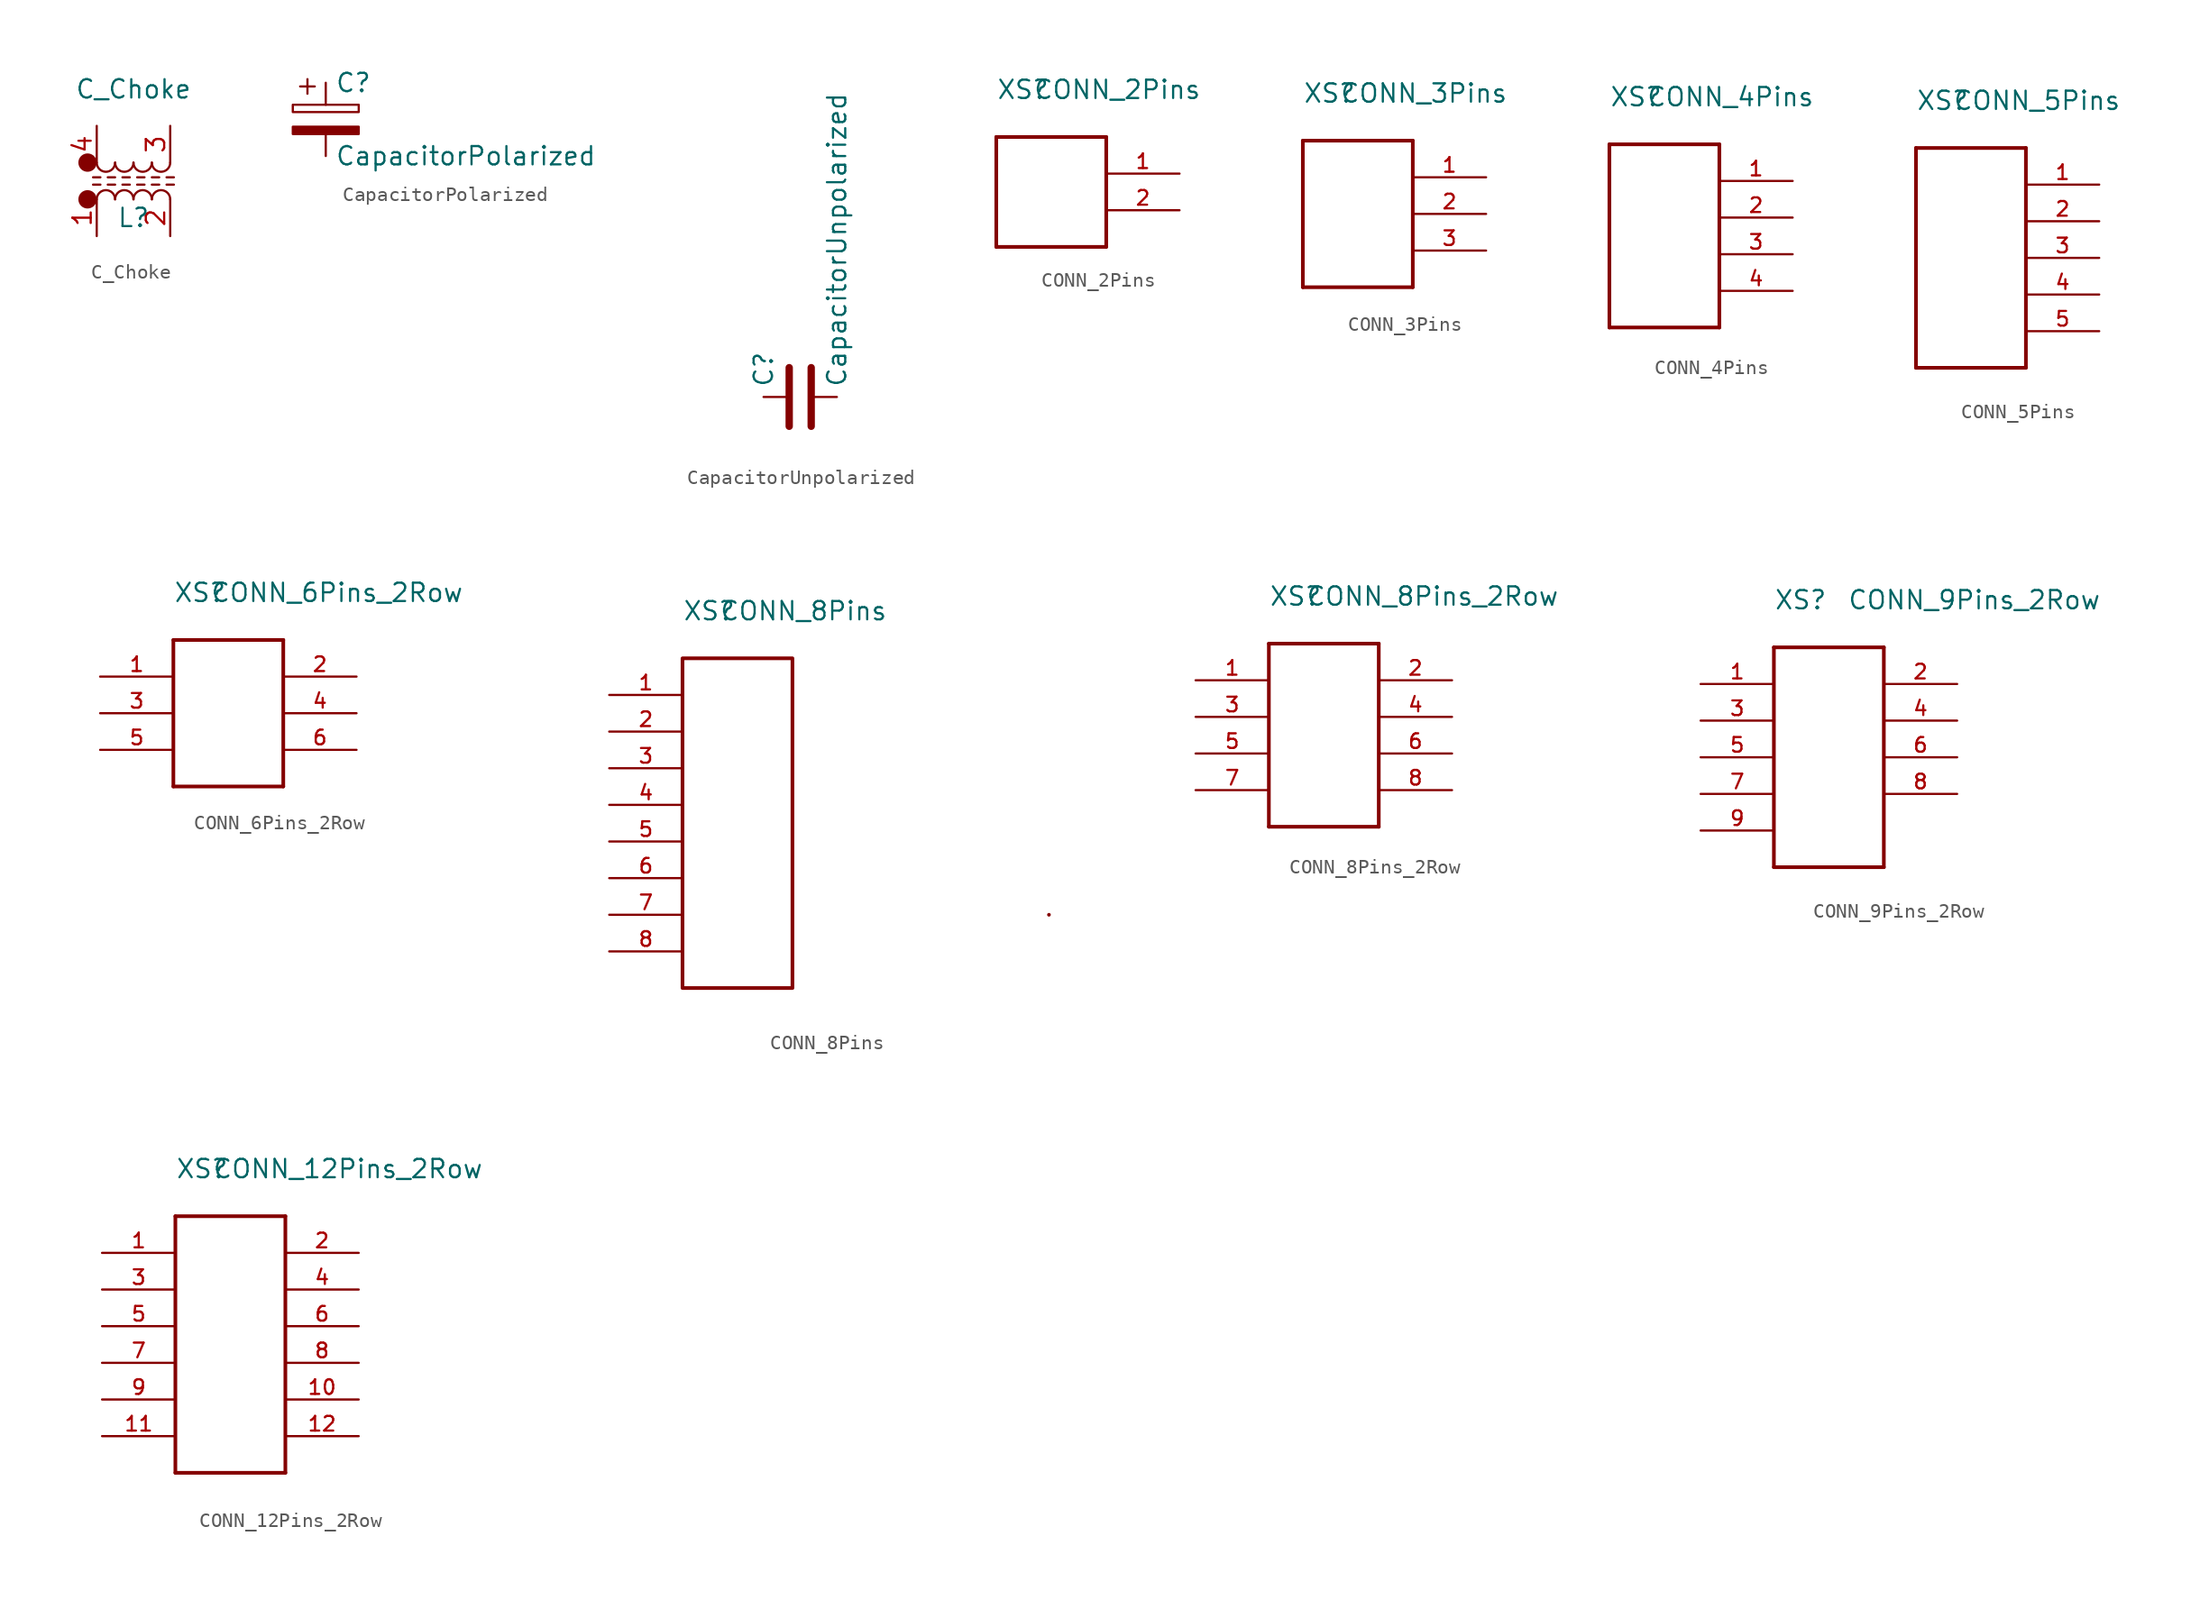
<source format=kicad_sym>
(kicad_symbol_lib
  (version 20220914)
  (generator kicad_symbol_editor)
  (symbol "C_Choke"
    (pin_names
      (offset 1.016) hide)
    (property "Reference" "L"
      (at 0 -1.27 0)
      (effects (font (size 1.27 1.27))))
    (property "Value" "C_Choke"
      (at 0 7.62 0)
      (effects (font (size 1.27 1.27))))
    (symbol "C_Choke_0_1"
      (arc (start -1.27 0) (mid -1.905 0.6323) (end -2.54 0) (stroke (width 0) (type solid)) (fill (type none)))
      (arc (start 0 0) (mid -0.635 0.6323) (end -1.27 0) (stroke (width 0) (type solid)) (fill (type none)))
      (polyline (pts (xy -2.794 1.524) (xy -2.286 1.524)) (stroke (width 0) (type solid)) (fill (type none)))
      (polyline (pts (xy -2.286 1.016) (xy -2.794 1.016)) (stroke (width 0) (type solid)) (fill (type none)))
      (polyline (pts (xy -1.778 1.524) (xy -1.27 1.524)) (stroke (width 0) (type solid)) (fill (type none)))
      (polyline (pts (xy -1.27 1.016) (xy -1.778 1.016)) (stroke (width 0) (type solid)) (fill (type none)))
      (polyline (pts (xy -0.762 1.524) (xy -0.254 1.524)) (stroke (width 0) (type solid)) (fill (type none)))
      (polyline (pts (xy -0.254 1.016) (xy -0.762 1.016)) (stroke (width 0) (type solid)) (fill (type none)))
      (polyline (pts (xy 0.254 1.524) (xy 0.762 1.524)) (stroke (width 0) (type solid)) (fill (type none)))
      (polyline (pts (xy 0.762 1.016) (xy 0.254 1.016)) (stroke (width 0) (type solid)) (fill (type none)))
      (polyline (pts (xy 1.27 1.524) (xy 1.778 1.524)) (stroke (width 0) (type solid)) (fill (type none)))
      (polyline (pts (xy 1.778 1.016) (xy 1.27 1.016)) (stroke (width 0) (type solid)) (fill (type none)))
      (polyline (pts (xy 2.286 1.524) (xy 2.794 1.524)) (stroke (width 0) (type solid)) (fill (type none)))
      (polyline (pts (xy 2.794 1.016) (xy 2.286 1.016)) (stroke (width 0) (type solid)) (fill (type none)))
      (arc (start 1.27 0) (mid 0.635 0.6323) (end 0 0) (stroke (width 0) (type solid)) (fill (type none)))
      (arc (start 2.54 0) (mid 1.905 0.6323) (end 1.27 0) (stroke (width 0) (type solid)) (fill (type none))))
    (symbol "C_Choke_1_1"
      (circle (center -3.175 0) (radius 0.0001) (stroke (width 0.635) (type solid)) (fill (type none)))
      (circle (center -3.175 2.54) (radius 0.0001) (stroke (width 0.635) (type solid)) (fill (type none)))
      (arc (start -2.54 2.54) (mid -1.905 1.9077) (end -1.27 2.54) (stroke (width 0) (type solid)) (fill (type none)))
      (arc (start -1.27 2.54) (mid -0.635 1.9077) (end 0 2.54) (stroke (width 0) (type solid)) (fill (type none)))
      (arc (start 0 2.54) (mid 0.635 1.9077) (end 1.27 2.54) (stroke (width 0) (type solid)) (fill (type none)))
      (arc (start 1.27 2.54) (mid 1.905 1.9077) (end 2.54 2.54) (stroke (width 0) (type solid)) (fill (type none)))
      (pin passive line (at -2.54 -2.54 90) (length 2.54) (name "1" (effects (font (size 1.27 1.27)))) (number "1" (effects (font (size 1.27 1.27)))))
      (pin passive line (at 2.54 -2.54 90) (length 2.54) (name "2" (effects (font (size 1.27 1.27)))) (number "2" (effects (font (size 1.27 1.27)))))
      (pin passive line (at 2.54 5.08 270) (length 2.54) (name "3" (effects (font (size 1.27 1.27)))) (number "3" (effects (font (size 1.27 1.27)))))
      (pin passive line (at -2.54 5.08 270) (length 2.54) (name "4" (effects (font (size 1.27 1.27)))) (number "4" (effects (font (size 1.27 1.27)))))))
  (symbol "CapacitorPolarized"
    (pin_numbers hide)
    (pin_names
      (offset 0.254))
    (property "Reference" "C"
      (at 0.635 2.54 0)
      (effects (font (size 1.27 1.27)) (justify left)))
    (property "Value" "CapacitorPolarized"
      (at 0.635 -2.54 0)
      (effects (font (size 1.27 1.27)) (justify left)))
    (symbol "CapacitorPolarized_0_1"
      (rectangle (start -2.286 0.508) (end 2.286 1.016) (stroke (width 0) (type solid)) (fill (type none)))
      (polyline (pts (xy -1.778 2.286) (xy -0.762 2.286)) (stroke (width 0) (type solid)) (fill (type none)))
      (polyline (pts (xy -1.27 2.794) (xy -1.27 1.778)) (stroke (width 0) (type solid)) (fill (type none)))
      (rectangle (start 2.286 -0.508) (end -2.286 -1.016) (stroke (width 0) (type solid)) (fill (type outline))))
    (symbol "CapacitorPolarized_1_1"
      (pin passive line (at 0 2.54 270) (length 1.524) (name "~" (effects (font (size 1.27 1.27)))) (number "1" (effects (font (size 1.27 1.27)))))
      (pin passive line (at 0 -2.54 90) (length 1.524) (name "~" (effects (font (size 1.27 1.27)))) (number "2" (effects (font (size 1.27 1.27)))))))
  (symbol "CapacitorUnpolarized"
    (pin_numbers hide)
    (pin_names
      (offset 0.254))
    (property "Reference" "C"
      (at -2.54 0.635 90)
      (effects (font (size 1.27 1.27)) (justify left)))
    (property "Value" "CapacitorUnpolarized"
      (at 2.54 0.635 90)
      (effects (font (size 1.27 1.27)) (justify left)))
    (symbol "CapacitorUnpolarized_0_1"
      (polyline (pts (xy -0.762 -2.032) (xy -0.762 2.032)) (stroke (width 0.508) (type solid)) (fill (type none)))
      (polyline (pts (xy 0.762 -2.032) (xy 0.762 2.032)) (stroke (width 0.508) (type solid)) (fill (type none))))
    (symbol "CapacitorUnpolarized_1_1"
      (pin passive line (at -2.54 0 0) (length 1.524) (name "~" (effects (font (size 1.27 1.27)))) (number "1" (effects (font (size 1.27 1.27)))))
      (pin passive line (at 2.54 0 180) (length 1.524) (name "~" (effects (font (size 1.27 1.27)))) (number "2" (effects (font (size 1.27 1.27)))))))
  (symbol "CONN_2Pins"
    (pin_names
      (offset 1.016))
    (property "Reference" "XS"
      (at 0 2.54 0)
      (effects (font (size 1.27 1.27)) (justify left bottom)))
    (property "Value" "CONN_2Pins"
      (at 2.54 2.54 0)
      (effects (font (size 1.27 1.27)) (justify left bottom)))
    (symbol "CONN_2Pins_1_0"
      (polyline (pts (xy 0 -7.62) (xy 0 0)) (stroke (width 0.254) (type solid)) (fill (type none)))
      (polyline (pts (xy 0 0) (xy 7.62 0)) (stroke (width 0.254) (type solid)) (fill (type none)))
      (polyline (pts (xy 7.62 -7.62) (xy 0 -7.62)) (stroke (width 0.254) (type solid)) (fill (type none)))
      (polyline (pts (xy 7.62 0) (xy 7.62 -7.62)) (stroke (width 0.254) (type solid)) (fill (type none))))
    (symbol "CONN_2Pins_1_1"
      (pin passive line (at 12.7 -2.54 180) (length 5.08) (name "~" (effects (font (size 1.016 1.016)))) (number "1" (effects (font (size 1.016 1.016)))))
      (pin passive line (at 12.7 -5.08 180) (length 5.08) (name "~" (effects (font (size 1.016 1.016)))) (number "2" (effects (font (size 1.016 1.016)))))))
  (symbol "CONN_3Pins"
    (pin_names
      (offset 1.016))
    (property "Reference" "XS"
      (at 0 2.54 0)
      (effects (font (size 1.27 1.27)) (justify left bottom)))
    (property "Value" "CONN_3Pins"
      (at 2.54 2.54 0)
      (effects (font (size 1.27 1.27)) (justify left bottom)))
    (symbol "CONN_3Pins_1_0"
      (polyline (pts (xy 0 -10.16) (xy 0 0)) (stroke (width 0.254) (type solid)) (fill (type none)))
      (polyline (pts (xy 0 0) (xy 7.62 0)) (stroke (width 0.254) (type solid)) (fill (type none)))
      (polyline (pts (xy 7.62 -10.16) (xy 0 -10.16)) (stroke (width 0.254) (type solid)) (fill (type none)))
      (polyline (pts (xy 7.62 0) (xy 7.62 -10.16)) (stroke (width 0.254) (type solid)) (fill (type none))))
    (symbol "CONN_3Pins_1_1"
      (pin passive line (at 12.7 -2.54 180) (length 5.08) (name "~" (effects (font (size 1.016 1.016)))) (number "1" (effects (font (size 1.016 1.016)))))
      (pin passive line (at 12.7 -5.08 180) (length 5.08) (name "~" (effects (font (size 1.016 1.016)))) (number "2" (effects (font (size 1.016 1.016)))))
      (pin passive line (at 12.7 -7.62 180) (length 5.08) (name "~" (effects (font (size 1.016 1.016)))) (number "3" (effects (font (size 1.016 1.016)))))))
  (symbol "CONN_4Pins"
    (pin_names
      (offset 1.016))
    (property "Reference" "XS"
      (at 0 2.54 0)
      (effects (font (size 1.27 1.27)) (justify left bottom)))
    (property "Value" "CONN_4Pins"
      (at 2.54 2.54 0)
      (effects (font (size 1.27 1.27)) (justify left bottom)))
    (symbol "CONN_4Pins_1_0"
      (polyline (pts (xy 0 -12.7) (xy 0 0)) (stroke (width 0.254) (type solid)) (fill (type none)))
      (polyline (pts (xy 0 0) (xy 7.62 0)) (stroke (width 0.254) (type solid)) (fill (type none)))
      (polyline (pts (xy 7.62 -12.7) (xy 0 -12.7)) (stroke (width 0.254) (type solid)) (fill (type none)))
      (polyline (pts (xy 7.62 0) (xy 7.62 -12.7)) (stroke (width 0.254) (type solid)) (fill (type none))))
    (symbol "CONN_4Pins_1_1"
      (pin passive line (at 12.7 -2.54 180) (length 5.08) (name "~" (effects (font (size 1.016 1.016)))) (number "1" (effects (font (size 1.016 1.016)))))
      (pin passive line (at 12.7 -5.08 180) (length 5.08) (name "~" (effects (font (size 1.016 1.016)))) (number "2" (effects (font (size 1.016 1.016)))))
      (pin passive line (at 12.7 -7.62 180) (length 5.08) (name "~" (effects (font (size 1.016 1.016)))) (number "3" (effects (font (size 1.016 1.016)))))
      (pin passive line (at 12.7 -10.16 180) (length 5.08) (name "~" (effects (font (size 1.016 1.016)))) (number "4" (effects (font (size 1.016 1.016)))))))
  (symbol "CONN_5Pins"
    (pin_names
      (offset 1.016))
    (property "Reference" "XS"
      (at 0 2.54 0)
      (effects (font (size 1.27 1.27)) (justify left bottom)))
    (property "Value" "CONN_5Pins"
      (at 2.54 2.54 0)
      (effects (font (size 1.27 1.27)) (justify left bottom)))
    (symbol "CONN_5Pins_1_0"
      (polyline (pts (xy 0 -15.24) (xy 0 0)) (stroke (width 0.254) (type solid)) (fill (type none)))
      (polyline (pts (xy 0 0) (xy 7.62 0)) (stroke (width 0.254) (type solid)) (fill (type none)))
      (polyline (pts (xy 7.62 -15.24) (xy 0 -15.24)) (stroke (width 0.254) (type solid)) (fill (type none)))
      (polyline (pts (xy 7.62 0) (xy 7.62 -15.24)) (stroke (width 0.254) (type solid)) (fill (type none))))
    (symbol "CONN_5Pins_1_1"
      (pin passive line (at 12.7 -2.54 180) (length 5.08) (name "~" (effects (font (size 1.016 1.016)))) (number "1" (effects (font (size 1.016 1.016)))))
      (pin passive line (at 12.7 -5.08 180) (length 5.08) (name "~" (effects (font (size 1.016 1.016)))) (number "2" (effects (font (size 1.016 1.016)))))
      (pin passive line (at 12.7 -7.62 180) (length 5.08) (name "~" (effects (font (size 1.016 1.016)))) (number "3" (effects (font (size 1.016 1.016)))))
      (pin passive line (at 12.7 -10.16 180) (length 5.08) (name "~" (effects (font (size 1.016 1.016)))) (number "4" (effects (font (size 1.016 1.016)))))
      (pin passive line (at 12.7 -12.7 180) (length 5.08) (name "~" (effects (font (size 1.016 1.016)))) (number "5" (effects (font (size 1.016 1.016)))))))
  (symbol "CONN_6Pins_2Row"
    (pin_names
      (offset 1.016))
    (property "Reference" "XS"
      (at 0 2.54 0)
      (effects (font (size 1.27 1.27)) (justify left bottom)))
    (property "Value" "CONN_6Pins_2Row"
      (at 2.54 2.54 0)
      (effects (font (size 1.27 1.27)) (justify left bottom)))
    (symbol "CONN_6Pins_2Row_1_0"
      (polyline (pts (xy 0 -10.16) (xy 0 0)) (stroke (width 0.254) (type solid)) (fill (type none)))
      (polyline (pts (xy 0 0) (xy 7.62 0)) (stroke (width 0.254) (type solid)) (fill (type none)))
      (polyline (pts (xy 7.62 -10.16) (xy 0 -10.16)) (stroke (width 0.254) (type solid)) (fill (type none)))
      (polyline (pts (xy 7.62 0) (xy 7.62 -10.16)) (stroke (width 0.254) (type solid)) (fill (type none))))
    (symbol "CONN_6Pins_2Row_1_1"
      (pin passive line (at -5.08 -2.54 0) (length 5.08) (name "~" (effects (font (size 1.016 1.016)))) (number "1" (effects (font (size 1.016 1.016)))))
      (pin passive line (at 12.7 -2.54 180) (length 5.08) (name "~" (effects (font (size 1.016 1.016)))) (number "2" (effects (font (size 1.016 1.016)))))
      (pin passive line (at -5.08 -5.08 0) (length 5.08) (name "~" (effects (font (size 1.016 1.016)))) (number "3" (effects (font (size 1.016 1.016)))))
      (pin passive line (at 12.7 -5.08 180) (length 5.08) (name "~" (effects (font (size 1.016 1.016)))) (number "4" (effects (font (size 1.016 1.016)))))
      (pin passive line (at -5.08 -7.62 0) (length 5.08) (name "~" (effects (font (size 1.016 1.016)))) (number "5" (effects (font (size 1.016 1.016)))))
      (pin passive line (at 12.7 -7.62 180) (length 5.08) (name "~" (effects (font (size 1.016 1.016)))) (number "6" (effects (font (size 1.016 1.016)))))))
  (symbol "CONN_8Pins"
    (pin_names
      (offset 1.016))
    (property "Reference" "XS"
      (at 0 2.54 0)
      (effects (font (size 1.27 1.27)) (justify left bottom)))
    (property "Value" "CONN_8Pins"
      (at 2.54 2.54 0)
      (effects (font (size 1.27 1.27)) (justify left bottom)))
    (symbol "CONN_8Pins_1_0"
      (rectangle (start 0 0) (end 7.62 -22.86) (stroke (width 0.254) (type solid)) (fill (type none)))
      (rectangle (start 25.4 -17.78) (end 25.4 -17.78) (stroke (width 0.254) (type solid)) (fill (type none))))
    (symbol "CONN_8Pins_1_1"
      (pin passive line (at -5.08 -2.54 0) (length 5.08) (name "~" (effects (font (size 1.016 1.016)))) (number "1" (effects (font (size 1.016 1.016)))))
      (pin passive line (at -5.08 -5.08 0) (length 5.08) (name "~" (effects (font (size 1.016 1.016)))) (number "2" (effects (font (size 1.016 1.016)))))
      (pin passive line (at -5.08 -7.62 0) (length 5.08) (name "~" (effects (font (size 1.016 1.016)))) (number "3" (effects (font (size 1.016 1.016)))))
      (pin passive line (at -5.08 -10.16 0) (length 5.08) (name "~" (effects (font (size 1.016 1.016)))) (number "4" (effects (font (size 1.016 1.016)))))
      (pin passive line (at -5.08 -12.7 0) (length 5.08) (name "~" (effects (font (size 1.016 1.016)))) (number "5" (effects (font (size 1.016 1.016)))))
      (pin passive line (at -5.08 -15.24 0) (length 5.08) (name "~" (effects (font (size 1.016 1.016)))) (number "6" (effects (font (size 1.016 1.016)))))
      (pin passive line (at -5.08 -17.78 0) (length 5.08) (name "~" (effects (font (size 1.016 1.016)))) (number "7" (effects (font (size 1.016 1.016)))))
      (pin passive line (at -5.08 -20.32 0) (length 5.08) (name "~" (effects (font (size 1.016 1.016)))) (number "8" (effects (font (size 1.016 1.016)))))))
  (symbol "CONN_8Pins_2Row"
    (pin_names
      (offset 1.016))
    (property "Reference" "XS"
      (at 0 2.54 0)
      (effects (font (size 1.27 1.27)) (justify left bottom)))
    (property "Value" "CONN_8Pins_2Row"
      (at 2.54 2.54 0)
      (effects (font (size 1.27 1.27)) (justify left bottom)))
    (symbol "CONN_8Pins_2Row_1_0"
      (polyline (pts (xy 0 -12.7) (xy 0 0)) (stroke (width 0.254) (type solid)) (fill (type none)))
      (polyline (pts (xy 0 0) (xy 7.62 0)) (stroke (width 0.254) (type solid)) (fill (type none)))
      (polyline (pts (xy 7.62 -12.7) (xy 0 -12.7)) (stroke (width 0.254) (type solid)) (fill (type none)))
      (polyline (pts (xy 7.62 0) (xy 7.62 -12.7)) (stroke (width 0.254) (type solid)) (fill (type none))))
    (symbol "CONN_8Pins_2Row_1_1"
      (pin passive line (at -5.08 -2.54 0) (length 5.08) (name "~" (effects (font (size 1.016 1.016)))) (number "1" (effects (font (size 1.016 1.016)))))
      (pin passive line (at 12.7 -2.54 180) (length 5.08) (name "~" (effects (font (size 1.016 1.016)))) (number "2" (effects (font (size 1.016 1.016)))))
      (pin passive line (at -5.08 -5.08 0) (length 5.08) (name "~" (effects (font (size 1.016 1.016)))) (number "3" (effects (font (size 1.016 1.016)))))
      (pin passive line (at 12.7 -5.08 180) (length 5.08) (name "~" (effects (font (size 1.016 1.016)))) (number "4" (effects (font (size 1.016 1.016)))))
      (pin passive line (at -5.08 -7.62 0) (length 5.08) (name "~" (effects (font (size 1.016 1.016)))) (number "5" (effects (font (size 1.016 1.016)))))
      (pin passive line (at 12.7 -7.62 180) (length 5.08) (name "~" (effects (font (size 1.016 1.016)))) (number "6" (effects (font (size 1.016 1.016)))))
      (pin passive line (at -5.08 -10.16 0) (length 5.08) (name "~" (effects (font (size 1.016 1.016)))) (number "7" (effects (font (size 1.016 1.016)))))
      (pin passive line (at 12.7 -10.16 180) (length 5.08) (name "~" (effects (font (size 1.016 1.016)))) (number "8" (effects (font (size 1.016 1.016)))))))
  (symbol "CONN_9Pins_2Row"
    (pin_names
      (offset 1.016))
    (property "Reference" "XS"
      (at 0 2.54 0)
      (effects (font (size 1.27 1.27)) (justify left bottom)))
    (property "Value" "CONN_9Pins_2Row"
      (at 5.08 2.54 0)
      (effects (font (size 1.27 1.27)) (justify left bottom)))
    (symbol "CONN_9Pins_2Row_1_0"
      (polyline (pts (xy 0 -15.24) (xy 0 0)) (stroke (width 0.254) (type solid)) (fill (type none)))
      (polyline (pts (xy 0 0) (xy 7.62 0)) (stroke (width 0.254) (type solid)) (fill (type none)))
      (polyline (pts (xy 7.62 -15.24) (xy 0 -15.24)) (stroke (width 0.254) (type solid)) (fill (type none)))
      (polyline (pts (xy 7.62 0) (xy 7.62 -15.24)) (stroke (width 0.254) (type solid)) (fill (type none))))
    (symbol "CONN_9Pins_2Row_1_1"
      (pin passive line (at -5.08 -2.54 0) (length 5.08) (name "~" (effects (font (size 1.016 1.016)))) (number "1" (effects (font (size 1.016 1.016)))))
      (pin passive line (at 12.7 -2.54 180) (length 5.08) (name "~" (effects (font (size 1.016 1.016)))) (number "2" (effects (font (size 1.016 1.016)))))
      (pin passive line (at -5.08 -5.08 0) (length 5.08) (name "~" (effects (font (size 1.016 1.016)))) (number "3" (effects (font (size 1.016 1.016)))))
      (pin passive line (at 12.7 -5.08 180) (length 5.08) (name "~" (effects (font (size 1.016 1.016)))) (number "4" (effects (font (size 1.016 1.016)))))
      (pin passive line (at -5.08 -7.62 0) (length 5.08) (name "~" (effects (font (size 1.016 1.016)))) (number "5" (effects (font (size 1.016 1.016)))))
      (pin passive line (at 12.7 -7.62 180) (length 5.08) (name "~" (effects (font (size 1.016 1.016)))) (number "6" (effects (font (size 1.016 1.016)))))
      (pin passive line (at -5.08 -10.16 0) (length 5.08) (name "~" (effects (font (size 1.016 1.016)))) (number "7" (effects (font (size 1.016 1.016)))))
      (pin passive line (at 12.7 -10.16 180) (length 5.08) (name "~" (effects (font (size 1.016 1.016)))) (number "8" (effects (font (size 1.016 1.016)))))
      (pin passive line (at -5.08 -12.7 0) (length 5.08) (name "~" (effects (font (size 1.016 1.016)))) (number "9" (effects (font (size 1.016 1.016)))))))
  (symbol "CONN_12Pins_2Row"
    (pin_names
      (offset 1.016))
    (property "Reference" "XS"
      (at 0 2.54 0)
      (effects (font (size 1.27 1.27)) (justify left bottom)))
    (property "Value" "CONN_12Pins_2Row"
      (at 2.54 2.54 0)
      (effects (font (size 1.27 1.27)) (justify left bottom)))
    (symbol "CONN_12Pins_2Row_1_0"
      (polyline (pts (xy 0 -17.78) (xy 0 0)) (stroke (width 0.254) (type solid)) (fill (type none)))
      (polyline (pts (xy 0 0) (xy 7.62 0)) (stroke (width 0.254) (type solid)) (fill (type none)))
      (polyline (pts (xy 7.62 -17.78) (xy 0 -17.78)) (stroke (width 0.254) (type solid)) (fill (type none)))
      (polyline (pts (xy 7.62 0) (xy 7.62 -17.78)) (stroke (width 0.254) (type solid)) (fill (type none))))
    (symbol "CONN_12Pins_2Row_1_1"
      (pin passive line (at -5.08 -2.54 0) (length 5.08) (name "~" (effects (font (size 1.016 1.016)))) (number "1" (effects (font (size 1.016 1.016)))))
      (pin passive line (at 12.7 -12.7 180) (length 5.08) (name "~" (effects (font (size 1.016 1.016)))) (number "10" (effects (font (size 1.016 1.016)))))
      (pin passive line (at -5.08 -15.24 0) (length 5.08) (name "~" (effects (font (size 1.016 1.016)))) (number "11" (effects (font (size 1.016 1.016)))))
      (pin passive line (at 12.7 -15.24 180) (length 5.08) (name "~" (effects (font (size 1.016 1.016)))) (number "12" (effects (font (size 1.016 1.016)))))
      (pin passive line (at 12.7 -2.54 180) (length 5.08) (name "~" (effects (font (size 1.016 1.016)))) (number "2" (effects (font (size 1.016 1.016)))))
      (pin passive line (at -5.08 -5.08 0) (length 5.08) (name "~" (effects (font (size 1.016 1.016)))) (number "3" (effects (font (size 1.016 1.016)))))
      (pin passive line (at 12.7 -5.08 180) (length 5.08) (name "~" (effects (font (size 1.016 1.016)))) (number "4" (effects (font (size 1.016 1.016)))))
      (pin passive line (at -5.08 -7.62 0) (length 5.08) (name "~" (effects (font (size 1.016 1.016)))) (number "5" (effects (font (size 1.016 1.016)))))
      (pin passive line (at 12.7 -7.62 180) (length 5.08) (name "~" (effects (font (size 1.016 1.016)))) (number "6" (effects (font (size 1.016 1.016)))))
      (pin passive line (at -5.08 -10.16 0) (length 5.08) (name "~" (effects (font (size 1.016 1.016)))) (number "7" (effects (font (size 1.016 1.016)))))
      (pin passive line (at 12.7 -10.16 180) (length 5.08) (name "~" (effects (font (size 1.016 1.016)))) (number "8" (effects (font (size 1.016 1.016)))))
      (pin passive line (at -5.08 -12.7 0) (length 5.08) (name "~" (effects (font (size 1.016 1.016)))) (number "9" (effects (font (size 1.016 1.016))))))))
</source>
